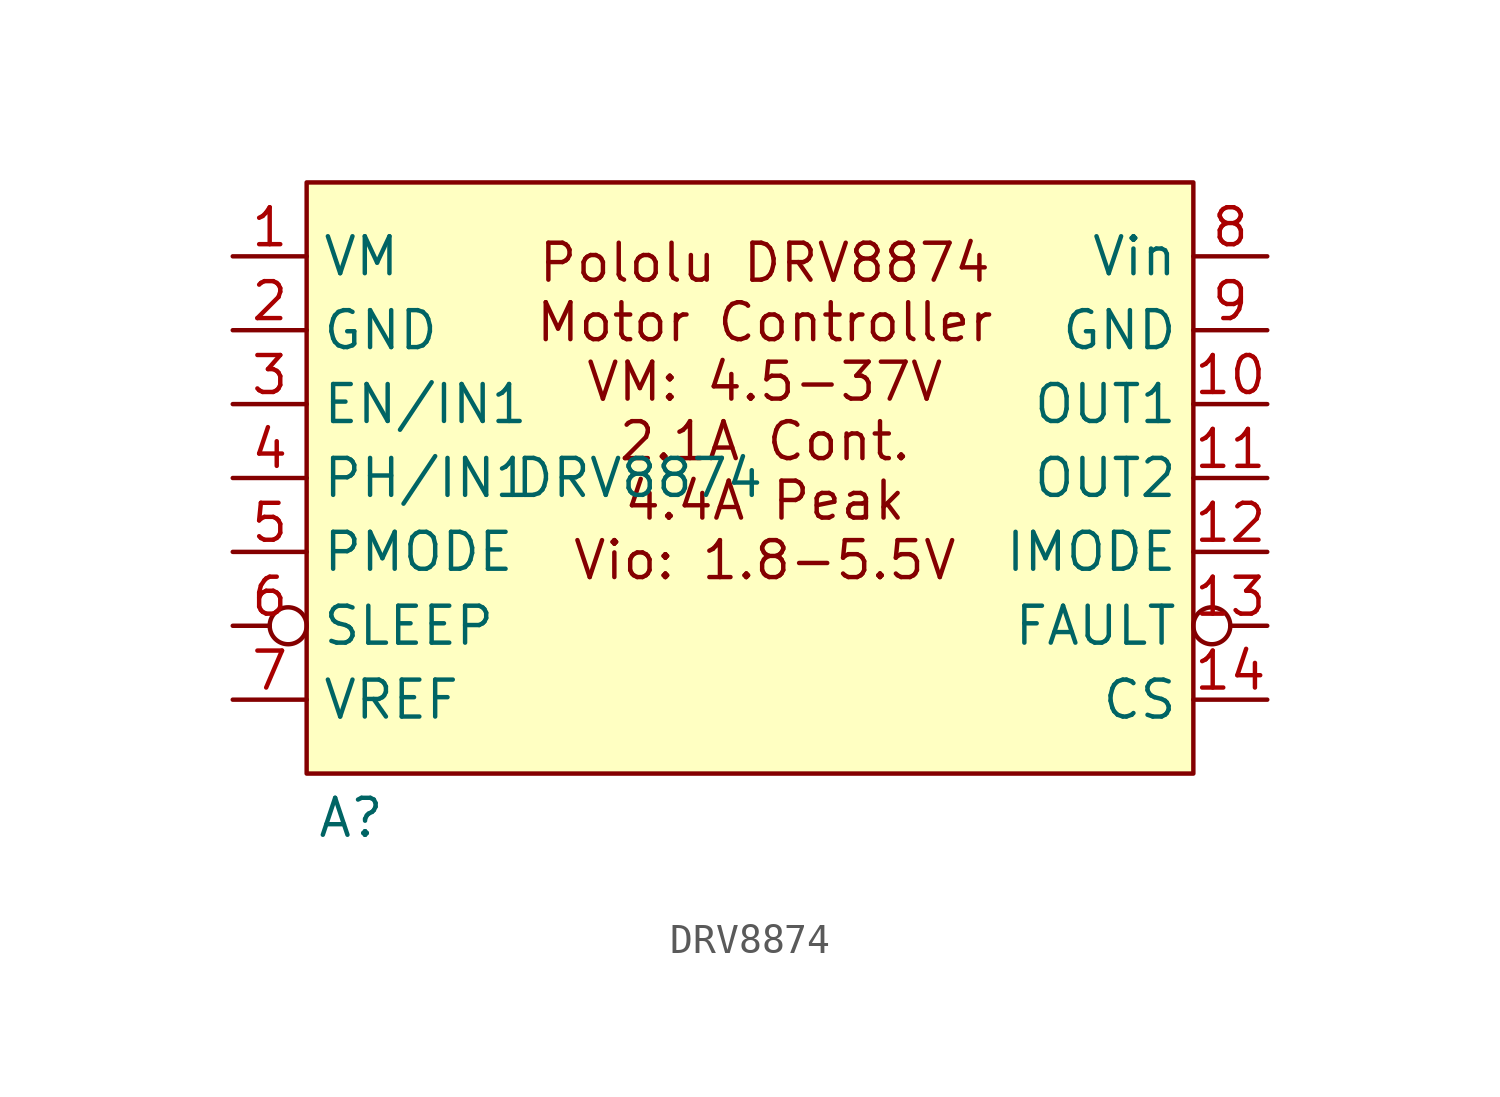
<source format=kicad_sym>
(kicad_symbol_lib
  (version 20231120)
  (generator "kicad_symbol_editor")
  (generator_version "8.0")
  (symbol "DRV8874"
    (property "Reference" "A"
      (at 1.524 -1.524 0)
      (effects (font (size 1.27 1.27))))
    (property "Value" "DRV8874"
      (at 11.43 10.16 0)
      (effects (font (size 1.27 1.27))))
    (symbol "DRV8874_1_1"
      (rectangle (start 0 20.32) (end 30.48 0) (stroke (width 0) (type default)) (fill (type background)))
      (text "Pololu DRV8874\nMotor Controller\nVM: 4.5-37V\n2.1A Cont.\n4.4A Peak\nVio: 1.8-5.5V" (at 15.748 12.446 0) (effects (font (size 1.27 1.27))))
      (pin power_in line (at -2.54 17.78 0) (length 2.54) (name "VM" (effects (font (size 1.27 1.27)))) (number "1" (effects (font (size 1.27 1.27)))))
      (pin output line (at 33.02 12.7 180) (length 2.54) (name "OUT1" (effects (font (size 1.27 1.27)))) (number "10" (effects (font (size 1.27 1.27)))))
      (pin output line (at 33.02 10.16 180) (length 2.54) (name "OUT2" (effects (font (size 1.27 1.27)))) (number "11" (effects (font (size 1.27 1.27)))))
      (pin input line (at 33.02 7.62 180) (length 2.54) (name "IMODE" (effects (font (size 1.27 1.27)))) (number "12" (effects (font (size 1.27 1.27)))))
      (pin output inverted (at 33.02 5.08 180) (length 2.54) (name "FAULT" (effects (font (size 1.27 1.27)))) (number "13" (effects (font (size 1.27 1.27)))))
      (pin output line (at 33.02 2.54 180) (length 2.54) (name "CS" (effects (font (size 1.27 1.27)))) (number "14" (effects (font (size 1.27 1.27)))))
      (pin passive line (at -2.54 15.24 0) (length 2.54) (name "GND" (effects (font (size 1.27 1.27)))) (number "2" (effects (font (size 1.27 1.27)))))
      (pin input line (at -2.54 12.7 0) (length 2.54) (name "EN/IN1" (effects (font (size 1.27 1.27)))) (number "3" (effects (font (size 1.27 1.27)))))
      (pin input line (at -2.54 10.16 0) (length 2.54) (name "PH/IN1" (effects (font (size 1.27 1.27)))) (number "4" (effects (font (size 1.27 1.27)))))
      (pin input line (at -2.54 7.62 0) (length 2.54) (name "PMODE" (effects (font (size 1.27 1.27)))) (number "5" (effects (font (size 1.27 1.27)))))
      (pin input inverted (at -2.54 5.08 0) (length 2.54) (name "SLEEP" (effects (font (size 1.27 1.27)))) (number "6" (effects (font (size 1.27 1.27)))))
      (pin power_in line (at -2.54 2.54 0) (length 2.54) (name "VREF" (effects (font (size 1.27 1.27)))) (number "7" (effects (font (size 1.27 1.27)))))
      (pin power_in line (at 33.02 17.78 180) (length 2.54) (name "Vin" (effects (font (size 1.27 1.27)))) (number "8" (effects (font (size 1.27 1.27)))))
      (pin passive line (at 33.02 15.24 180) (length 2.54) (name "GND" (effects (font (size 1.27 1.27)))) (number "9" (effects (font (size 1.27 1.27))))))))
</source>
